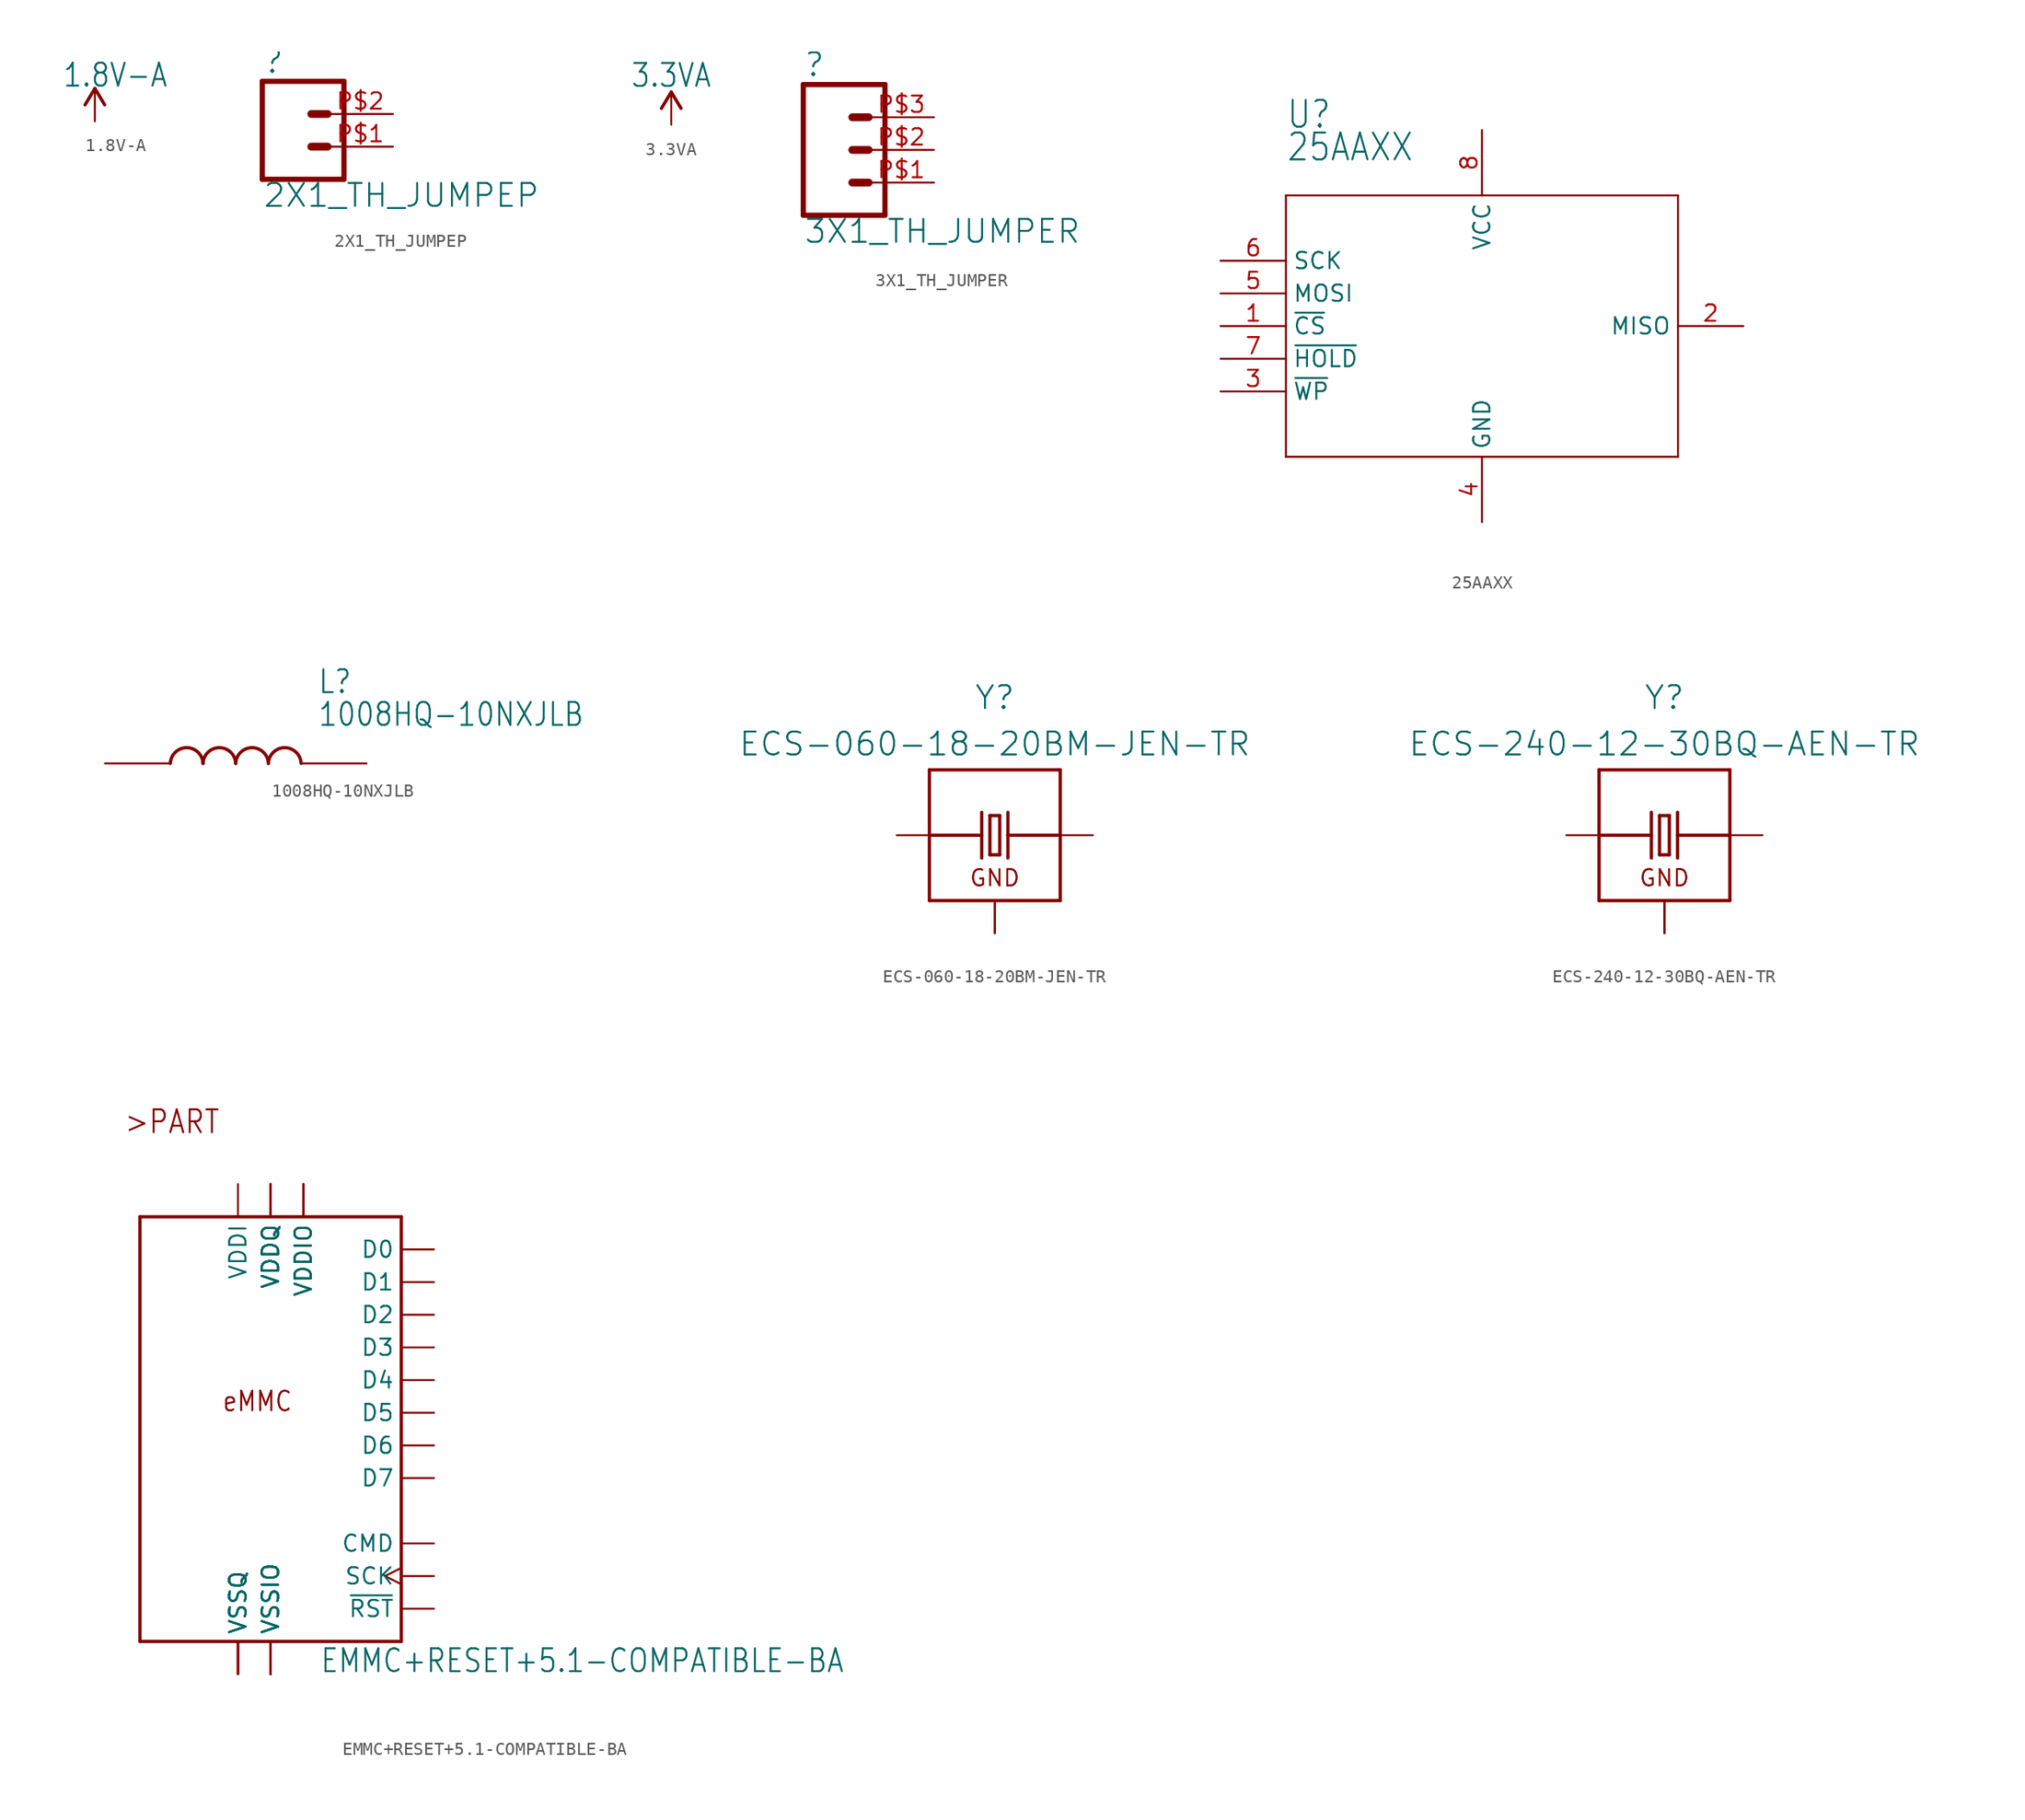
<source format=kicad_sym>
(kicad_symbol_lib
  (version 20211014)
  (generator kicad_symbol_editor)
  (symbol "1.8V-A"
    (power)
    (property "Reference" "#1.8V-A"
      (at 0 0 0)
      (effects (font (size 1.27 1.27)) hide))
    (property "Value" "1.8V-A"
      (at -2.54 0 0)
      (effects (font (size 1.778 1.511)) (justify left bottom)))
    (property "ki_locked" ""
      (at 0 0 0)
      (effects (font (size 1.27 1.27))))
    (symbol "1.8V-A_1_0"
      (polyline (pts (xy 0 0) (xy -0.762 -1.27)) (stroke (width 0.254) (type default) (color 0 0 0 0)) (fill (type none)))
      (polyline (pts (xy 0.762 -1.27) (xy 0 0)) (stroke (width 0.254) (type default) (color 0 0 0 0)) (fill (type none)))
      (pin power_in line (at 0 -2.54 90) (length 2.54) (name "1.8V-A" (effects (font (size 0 0)))) (number "1" (effects (font (size 0 0)))))))
  (symbol "2X1_TH_JUMPEP"
    (property "Reference" ""
      (at -2.54 5.588 0)
      (effects (font (size 1.778 1.778)) (justify left bottom)))
    (property "Value" "2X1_TH_JUMPEP"
      (at -2.54 -4.826 0)
      (effects (font (size 1.778 1.778)) (justify left bottom)))
    (property "ki_locked" ""
      (at 0 0 0)
      (effects (font (size 1.27 1.27))))
    (symbol "2X1_TH_JUMPEP_1_0"
      (polyline (pts (xy -2.54 5.08) (xy -2.54 -2.54)) (stroke (width 0.406) (type default) (color 0 0 0 0)) (fill (type none)))
      (polyline (pts (xy -2.54 5.08) (xy 3.81 5.08)) (stroke (width 0.406) (type default) (color 0 0 0 0)) (fill (type none)))
      (polyline (pts (xy 1.27 0) (xy 2.54 0)) (stroke (width 0.61) (type default) (color 0 0 0 0)) (fill (type none)))
      (polyline (pts (xy 1.27 2.54) (xy 2.54 2.54)) (stroke (width 0.61) (type default) (color 0 0 0 0)) (fill (type none)))
      (polyline (pts (xy 3.81 -2.54) (xy -2.54 -2.54)) (stroke (width 0.406) (type default) (color 0 0 0 0)) (fill (type none)))
      (polyline (pts (xy 3.81 -2.54) (xy 3.81 5.08)) (stroke (width 0.406) (type default) (color 0 0 0 0)) (fill (type none)))
      (pin passive line (at 7.62 0 180) (length 5.08) (name "1" (effects (font (size 0 0)))) (number "P$1" (effects (font (size 1.27 1.27)))))
      (pin passive line (at 7.62 2.54 180) (length 5.08) (name "2" (effects (font (size 0 0)))) (number "P$2" (effects (font (size 1.27 1.27)))))))
  (symbol "3.3VA"
    (power)
    (property "Reference" "#3.3VA"
      (at 0 0 0)
      (effects (font (size 1.27 1.27)) hide))
    (property "Value" "3.3VA"
      (at 0 0.254 0)
      (effects (font (size 1.778 1.511)) (justify bottom)))
    (property "ki_locked" ""
      (at 0 0 0)
      (effects (font (size 1.27 1.27))))
    (symbol "3.3VA_1_0"
      (polyline (pts (xy 0 0) (xy -0.762 -1.27)) (stroke (width 0.254) (type default) (color 0 0 0 0)) (fill (type none)))
      (polyline (pts (xy 0.762 -1.27) (xy 0 0)) (stroke (width 0.254) (type default) (color 0 0 0 0)) (fill (type none)))
      (pin power_in line (at 0 -2.54 90) (length 2.54) (name "3.3VA" (effects (font (size 0 0)))) (number "1" (effects (font (size 0 0)))))))
  (symbol "3X1_TH_JUMPER"
    (property "Reference" ""
      (at -2.54 5.588 0)
      (effects (font (size 1.778 1.778)) (justify left bottom)))
    (property "Value" "3X1_TH_JUMPER"
      (at -2.54 -7.366 0)
      (effects (font (size 1.778 1.778)) (justify left bottom)))
    (property "ki_locked" ""
      (at 0 0 0)
      (effects (font (size 1.27 1.27))))
    (symbol "3X1_TH_JUMPER_1_0"
      (polyline (pts (xy -2.54 5.08) (xy -2.54 -5.08)) (stroke (width 0.406) (type default) (color 0 0 0 0)) (fill (type none)))
      (polyline (pts (xy -2.54 5.08) (xy 3.81 5.08)) (stroke (width 0.406) (type default) (color 0 0 0 0)) (fill (type none)))
      (polyline (pts (xy 1.27 -2.54) (xy 2.54 -2.54)) (stroke (width 0.61) (type default) (color 0 0 0 0)) (fill (type none)))
      (polyline (pts (xy 1.27 0) (xy 2.54 0)) (stroke (width 0.61) (type default) (color 0 0 0 0)) (fill (type none)))
      (polyline (pts (xy 1.27 2.54) (xy 2.54 2.54)) (stroke (width 0.61) (type default) (color 0 0 0 0)) (fill (type none)))
      (polyline (pts (xy 3.81 -5.08) (xy -2.54 -5.08)) (stroke (width 0.406) (type default) (color 0 0 0 0)) (fill (type none)))
      (polyline (pts (xy 3.81 -5.08) (xy 3.81 5.08)) (stroke (width 0.406) (type default) (color 0 0 0 0)) (fill (type none)))
      (pin passive line (at 7.62 -2.54 180) (length 5.08) (name "1" (effects (font (size 0 0)))) (number "P$1" (effects (font (size 1.27 1.27)))))
      (pin passive line (at 7.62 0 180) (length 5.08) (name "2" (effects (font (size 0 0)))) (number "P$2" (effects (font (size 1.27 1.27)))))
      (pin passive line (at 7.62 2.54 180) (length 5.08) (name "3" (effects (font (size 0 0)))) (number "P$3" (effects (font (size 1.27 1.27)))))))
  (symbol "25AAXX"
    (property "Reference" "U"
      (at -15.24 15.24 0)
      (effects (font (size 2.083 1.77)) (justify left bottom)))
    (property "Value" "25AAXX"
      (at -15.24 12.7 0)
      (effects (font (size 2.083 1.77)) (justify left bottom)))
    (property "ki_locked" ""
      (at 0 0 0)
      (effects (font (size 1.27 1.27))))
    (symbol "25AAXX_1_0"
      (polyline (pts (xy -15.24 -10.16) (xy 15.24 -10.16)) (stroke (width 0.152) (type default) (color 0 0 0 0)) (fill (type none)))
      (polyline (pts (xy -15.24 10.16) (xy -15.24 -10.16)) (stroke (width 0.152) (type default) (color 0 0 0 0)) (fill (type none)))
      (polyline (pts (xy 15.24 -10.16) (xy 15.24 10.16)) (stroke (width 0.152) (type default) (color 0 0 0 0)) (fill (type none)))
      (polyline (pts (xy 15.24 10.16) (xy -15.24 10.16)) (stroke (width 0.152) (type default) (color 0 0 0 0)) (fill (type none)))
      (pin input line (at -20.32 0 0) (length 5.08) (name "~{CS}" (effects (font (size 1.27 1.27)))) (number "1" (effects (font (size 1.27 1.27)))))
      (pin output line (at 20.32 0 180) (length 5.08) (name "MISO" (effects (font (size 1.27 1.27)))) (number "2" (effects (font (size 1.27 1.27)))))
      (pin input line (at -20.32 -5.08 0) (length 5.08) (name "~{WP}" (effects (font (size 1.27 1.27)))) (number "3" (effects (font (size 1.27 1.27)))))
      (pin power_in line (at 0 -15.24 90) (length 5.08) (name "GND" (effects (font (size 1.27 1.27)))) (number "4" (effects (font (size 1.27 1.27)))))
      (pin input line (at -20.32 2.54 0) (length 5.08) (name "MOSI" (effects (font (size 1.27 1.27)))) (number "5" (effects (font (size 1.27 1.27)))))
      (pin input line (at -20.32 5.08 0) (length 5.08) (name "SCK" (effects (font (size 1.27 1.27)))) (number "6" (effects (font (size 1.27 1.27)))))
      (pin input line (at -20.32 -2.54 0) (length 5.08) (name "~{HOLD}" (effects (font (size 1.27 1.27)))) (number "7" (effects (font (size 1.27 1.27)))))
      (pin power_in line (at 0 15.24 270) (length 5.08) (name "VCC" (effects (font (size 1.27 1.27)))) (number "8" (effects (font (size 1.27 1.27)))))))
  (symbol "1008HQ-10NXJLB"
    (property "Reference" "L"
      (at 16.51 6.35 0)
      (effects (font (size 1.778 1.511)) (justify left)))
    (property "Value" "1008HQ-10NXJLB"
      (at 16.51 3.81 0)
      (effects (font (size 1.778 1.511)) (justify left)))
    (property "ki_locked" ""
      (at 0 0 0)
      (effects (font (size 1.27 1.27))))
    (symbol "1008HQ-10NXJLB_1_0"
      (arc (start 7.62 0) (mid 6.35 1.22) (end 5.08 0) (stroke (width 0.254) (type default) (color 0 0 0 0)) (fill (type none)))
      (arc (start 10.16 0) (mid 8.89 1.22) (end 7.62 0) (stroke (width 0.254) (type default) (color 0 0 0 0)) (fill (type none)))
      (arc (start 12.7 0) (mid 11.43 1.22) (end 10.16 0) (stroke (width 0.254) (type default) (color 0 0 0 0)) (fill (type none)))
      (arc (start 15.24 0) (mid 13.97 1.22) (end 12.7 0) (stroke (width 0.254) (type default) (color 0 0 0 0)) (fill (type none)))
      (pin bidirectional line (at 0 0 0) (length 5.08) (name "1" (effects (font (size 0 0)))) (number "1" (effects (font (size 0 0)))))
      (pin bidirectional line (at 20.32 0 180) (length 5.08) (name "2" (effects (font (size 0 0)))) (number "2" (effects (font (size 0 0)))))))
  (symbol "ECS-060-18-20BM-JEN-TR"
    (property "Reference" "Y"
      (at 0 9.652 0)
      (effects (font (size 1.778 1.778)) (justify bottom)))
    (property "Value" "ECS-060-18-20BM-JEN-TR"
      (at 0 8.128 0)
      (effects (font (size 1.778 1.778)) (justify top)))
    (property "ki_locked" ""
      (at 0 0 0)
      (effects (font (size 1.27 1.27))))
    (symbol "ECS-060-18-20BM-JEN-TR_1_0"
      (polyline (pts (xy -5.08 -5.08) (xy 5.08 -5.08)) (stroke (width 0.254) (type default) (color 0 0 0 0)) (fill (type none)))
      (polyline (pts (xy -5.08 0) (xy -5.08 -5.08)) (stroke (width 0.254) (type default) (color 0 0 0 0)) (fill (type none)))
      (polyline (pts (xy -5.08 0) (xy -1.016 0)) (stroke (width 0.254) (type default) (color 0 0 0 0)) (fill (type none)))
      (polyline (pts (xy -5.08 5.08) (xy -5.08 0)) (stroke (width 0.254) (type default) (color 0 0 0 0)) (fill (type none)))
      (polyline (pts (xy -1.016 0) (xy -1.016 -1.778)) (stroke (width 0.254) (type default) (color 0 0 0 0)) (fill (type none)))
      (polyline (pts (xy -1.016 1.778) (xy -1.016 0)) (stroke (width 0.254) (type default) (color 0 0 0 0)) (fill (type none)))
      (polyline (pts (xy -0.381 -1.524) (xy 0.381 -1.524)) (stroke (width 0.254) (type default) (color 0 0 0 0)) (fill (type none)))
      (polyline (pts (xy -0.381 1.524) (xy -0.381 -1.524)) (stroke (width 0.254) (type default) (color 0 0 0 0)) (fill (type none)))
      (polyline (pts (xy 0.381 -1.524) (xy 0.381 1.524)) (stroke (width 0.254) (type default) (color 0 0 0 0)) (fill (type none)))
      (polyline (pts (xy 0.381 1.524) (xy -0.381 1.524)) (stroke (width 0.254) (type default) (color 0 0 0 0)) (fill (type none)))
      (polyline (pts (xy 1.016 0) (xy 1.016 -1.778)) (stroke (width 0.254) (type default) (color 0 0 0 0)) (fill (type none)))
      (polyline (pts (xy 1.016 1.778) (xy 1.016 0)) (stroke (width 0.254) (type default) (color 0 0 0 0)) (fill (type none)))
      (polyline (pts (xy 5.08 -5.08) (xy 5.08 0)) (stroke (width 0.254) (type default) (color 0 0 0 0)) (fill (type none)))
      (polyline (pts (xy 5.08 0) (xy 1.016 0)) (stroke (width 0.254) (type default) (color 0 0 0 0)) (fill (type none)))
      (polyline (pts (xy 5.08 0) (xy 5.08 5.08)) (stroke (width 0.254) (type default) (color 0 0 0 0)) (fill (type none)))
      (polyline (pts (xy 5.08 5.08) (xy -5.08 5.08)) (stroke (width 0.254) (type default) (color 0 0 0 0)) (fill (type none)))
      (text "GND" (at 0 -4.064 0) (effects (font (size 1.27 1.27)) (justify bottom)))
      (pin passive line (at 7.62 0 180) (length 2.54) (name "X2" (effects (font (size 0 0)))) (number "1" (effects (font (size 0 0)))))
      (pin power_in line (at 0 -7.62 90) (length 2.54) (name "GND" (effects (font (size 0 0)))) (number "2" (effects (font (size 0 0)))))
      (pin passive line (at -7.62 0 0) (length 2.54) (name "X1" (effects (font (size 0 0)))) (number "3" (effects (font (size 0 0)))))
      (pin power_in line (at 0 -7.62 90) (length 2.54) (name "GND" (effects (font (size 0 0)))) (number "4" (effects (font (size 0 0)))))))
  (symbol "ECS-240-12-30BQ-AEN-TR"
    (property "Reference" "Y"
      (at 0 9.652 0)
      (effects (font (size 1.778 1.778)) (justify bottom)))
    (property "Value" "ECS-240-12-30BQ-AEN-TR"
      (at 0 8.128 0)
      (effects (font (size 1.778 1.778)) (justify top)))
    (property "ki_locked" ""
      (at 0 0 0)
      (effects (font (size 1.27 1.27))))
    (symbol "ECS-240-12-30BQ-AEN-TR_1_0"
      (polyline (pts (xy -5.08 -5.08) (xy 5.08 -5.08)) (stroke (width 0.254) (type default) (color 0 0 0 0)) (fill (type none)))
      (polyline (pts (xy -5.08 0) (xy -5.08 -5.08)) (stroke (width 0.254) (type default) (color 0 0 0 0)) (fill (type none)))
      (polyline (pts (xy -5.08 0) (xy -1.016 0)) (stroke (width 0.254) (type default) (color 0 0 0 0)) (fill (type none)))
      (polyline (pts (xy -5.08 5.08) (xy -5.08 0)) (stroke (width 0.254) (type default) (color 0 0 0 0)) (fill (type none)))
      (polyline (pts (xy -1.016 0) (xy -1.016 -1.778)) (stroke (width 0.254) (type default) (color 0 0 0 0)) (fill (type none)))
      (polyline (pts (xy -1.016 1.778) (xy -1.016 0)) (stroke (width 0.254) (type default) (color 0 0 0 0)) (fill (type none)))
      (polyline (pts (xy -0.381 -1.524) (xy 0.381 -1.524)) (stroke (width 0.254) (type default) (color 0 0 0 0)) (fill (type none)))
      (polyline (pts (xy -0.381 1.524) (xy -0.381 -1.524)) (stroke (width 0.254) (type default) (color 0 0 0 0)) (fill (type none)))
      (polyline (pts (xy 0.381 -1.524) (xy 0.381 1.524)) (stroke (width 0.254) (type default) (color 0 0 0 0)) (fill (type none)))
      (polyline (pts (xy 0.381 1.524) (xy -0.381 1.524)) (stroke (width 0.254) (type default) (color 0 0 0 0)) (fill (type none)))
      (polyline (pts (xy 1.016 0) (xy 1.016 -1.778)) (stroke (width 0.254) (type default) (color 0 0 0 0)) (fill (type none)))
      (polyline (pts (xy 1.016 1.778) (xy 1.016 0)) (stroke (width 0.254) (type default) (color 0 0 0 0)) (fill (type none)))
      (polyline (pts (xy 5.08 -5.08) (xy 5.08 0)) (stroke (width 0.254) (type default) (color 0 0 0 0)) (fill (type none)))
      (polyline (pts (xy 5.08 0) (xy 1.016 0)) (stroke (width 0.254) (type default) (color 0 0 0 0)) (fill (type none)))
      (polyline (pts (xy 5.08 0) (xy 5.08 5.08)) (stroke (width 0.254) (type default) (color 0 0 0 0)) (fill (type none)))
      (polyline (pts (xy 5.08 5.08) (xy -5.08 5.08)) (stroke (width 0.254) (type default) (color 0 0 0 0)) (fill (type none)))
      (text "GND" (at 0 -4.064 0) (effects (font (size 1.27 1.27)) (justify bottom)))
      (pin passive line (at -7.62 0 0) (length 2.54) (name "X1" (effects (font (size 0 0)))) (number "1" (effects (font (size 0 0)))))
      (pin power_in line (at 0 -7.62 90) (length 2.54) (name "GND" (effects (font (size 0 0)))) (number "2" (effects (font (size 0 0)))))
      (pin passive line (at 7.62 0 180) (length 2.54) (name "X2" (effects (font (size 0 0)))) (number "3" (effects (font (size 0 0)))))
      (pin power_in line (at 0 -7.62 90) (length 2.54) (name "GND" (effects (font (size 0 0)))) (number "4" (effects (font (size 0 0)))))))
  (symbol "EMMC+RESET+5.1-COMPATIBLE-BA"
    (property "Reference" "U"
      (at 0 0 0)
      (effects (font (size 1.27 1.27)) hide))
    (property "Value" "EMMC+RESET+5.1-COMPATIBLE-BA"
      (at 3.81 -20.32 0)
      (effects (font (size 1.778 1.511)) (justify left bottom)))
    (property "ki_locked" ""
      (at 0 0 0)
      (effects (font (size 1.27 1.27))))
    (symbol "EMMC+RESET+5.1-COMPATIBLE-BA_1_0"
      (polyline (pts (xy -10.16 -17.78) (xy 10.16 -17.78)) (stroke (width 0.254) (type default) (color 0 0 0 0)) (fill (type none)))
      (polyline (pts (xy -10.16 15.24) (xy -10.16 -17.78)) (stroke (width 0.254) (type default) (color 0 0 0 0)) (fill (type none)))
      (polyline (pts (xy 10.16 -17.78) (xy 10.16 15.24)) (stroke (width 0.254) (type default) (color 0 0 0 0)) (fill (type none)))
      (polyline (pts (xy 10.16 15.24) (xy -10.16 15.24)) (stroke (width 0.254) (type default) (color 0 0 0 0)) (fill (type none)))
      (text ">PART" (at -11.43 21.59 0) (effects (font (size 1.778 1.511)) (justify left bottom)))
      (text "eMMC" (at -3.81 0 0) (effects (font (size 1.524 1.295)) (justify left bottom)))
      (pin input line (at 12.7 12.7 180) (length 2.54) (name "D0" (effects (font (size 1.27 1.27)))) (number "A3" (effects (font (size 0 0)))))
      (pin input line (at 12.7 10.16 180) (length 2.54) (name "D1" (effects (font (size 1.27 1.27)))) (number "A4" (effects (font (size 0 0)))))
      (pin input line (at 12.7 7.62 180) (length 2.54) (name "D2" (effects (font (size 1.27 1.27)))) (number "A5" (effects (font (size 0 0)))))
      (pin power_in line (at 0 -20.32 90) (length 2.54) (name "VSSIO" (effects (font (size 1.27 1.27)))) (number "A6" (effects (font (size 0 0)))))
      (pin input line (at 12.7 5.08 180) (length 2.54) (name "D3" (effects (font (size 1.27 1.27)))) (number "B2" (effects (font (size 0 0)))))
      (pin input line (at 12.7 2.54 180) (length 2.54) (name "D4" (effects (font (size 1.27 1.27)))) (number "B3" (effects (font (size 0 0)))))
      (pin input line (at 12.7 0 180) (length 2.54) (name "D5" (effects (font (size 1.27 1.27)))) (number "B4" (effects (font (size 0 0)))))
      (pin bidirectional line (at 12.7 -2.54 180) (length 2.54) (name "D6" (effects (font (size 1.27 1.27)))) (number "B5" (effects (font (size 0 0)))))
      (pin input line (at 12.7 -5.08 180) (length 2.54) (name "D7" (effects (font (size 1.27 1.27)))) (number "B6" (effects (font (size 0 0)))))
      (pin power_in line (at -2.54 17.78 270) (length 2.54) (name "VDDI" (effects (font (size 1.27 1.27)))) (number "C2" (effects (font (size 0 0)))))
      (pin power_in line (at -2.54 -20.32 90) (length 2.54) (name "VSSQ" (effects (font (size 1.27 1.27)))) (number "C4" (effects (font (size 0 0)))))
      (pin power_in line (at 0 17.78 270) (length 2.54) (name "VDDQ" (effects (font (size 1.27 1.27)))) (number "C6" (effects (font (size 0 0)))))
      (pin power_in line (at 2.54 17.78 270) (length 2.54) (name "VDDIO" (effects (font (size 1.27 1.27)))) (number "E6" (effects (font (size 0 0)))))
      (pin power_in line (at 0 -20.32 90) (length 2.54) (name "VSSIO" (effects (font (size 1.27 1.27)))) (number "E7" (effects (font (size 0 0)))))
      (pin power_in line (at 2.54 17.78 270) (length 2.54) (name "VDDIO" (effects (font (size 1.27 1.27)))) (number "F5" (effects (font (size 0 0)))))
      (pin power_in line (at 0 -20.32 90) (length 2.54) (name "VSSIO" (effects (font (size 1.27 1.27)))) (number "G5" (effects (font (size 0 0)))))
      (pin power_in line (at 0 -20.32 90) (length 2.54) (name "VSSIO" (effects (font (size 1.27 1.27)))) (number "H10" (effects (font (size 0 0)))))
      (pin power_in line (at 2.54 17.78 270) (length 2.54) (name "VDDIO" (effects (font (size 1.27 1.27)))) (number "J10" (effects (font (size 0 0)))))
      (pin power_in line (at 0 -20.32 90) (length 2.54) (name "VSSIO" (effects (font (size 1.27 1.27)))) (number "J5" (effects (font (size 0 0)))))
      (pin input line (at 12.7 -15.24 180) (length 2.54) (name "~{RST}" (effects (font (size 1.27 1.27)))) (number "K5" (effects (font (size 0 0)))))
      (pin power_in line (at 0 -20.32 90) (length 2.54) (name "VSSIO" (effects (font (size 1.27 1.27)))) (number "K8" (effects (font (size 0 0)))))
      (pin power_in line (at 2.54 17.78 270) (length 2.54) (name "VDDIO" (effects (font (size 1.27 1.27)))) (number "K9" (effects (font (size 0 0)))))
      (pin power_in line (at 0 17.78 270) (length 2.54) (name "VDDQ" (effects (font (size 1.27 1.27)))) (number "M4" (effects (font (size 0 0)))))
      (pin input line (at 12.7 -10.16 180) (length 2.54) (name "CMD" (effects (font (size 1.27 1.27)))) (number "M5" (effects (font (size 0 0)))))
      (pin input clock (at 12.7 -12.7 180) (length 2.54) (name "SCK" (effects (font (size 1.27 1.27)))) (number "M6" (effects (font (size 0 0)))))
      (pin power_in line (at -2.54 -20.32 90) (length 2.54) (name "VSSQ" (effects (font (size 1.27 1.27)))) (number "N2" (effects (font (size 0 0)))))
      (pin power_in line (at 0 17.78 270) (length 2.54) (name "VDDQ" (effects (font (size 1.27 1.27)))) (number "N4" (effects (font (size 0 0)))))
      (pin power_in line (at -2.54 -20.32 90) (length 2.54) (name "VSSQ" (effects (font (size 1.27 1.27)))) (number "N5" (effects (font (size 0 0)))))
      (pin power_in line (at 0 17.78 270) (length 2.54) (name "VDDQ" (effects (font (size 1.27 1.27)))) (number "P3" (effects (font (size 0 0)))))
      (pin power_in line (at -2.54 -20.32 90) (length 2.54) (name "VSSQ" (effects (font (size 1.27 1.27)))) (number "P4" (effects (font (size 0 0)))))
      (pin power_in line (at 0 17.78 270) (length 2.54) (name "VDDQ" (effects (font (size 1.27 1.27)))) (number "P5" (effects (font (size 0 0)))))
      (pin power_in line (at -2.54 -20.32 90) (length 2.54) (name "VSSQ" (effects (font (size 1.27 1.27)))) (number "P6" (effects (font (size 0 0))))))))
</source>
